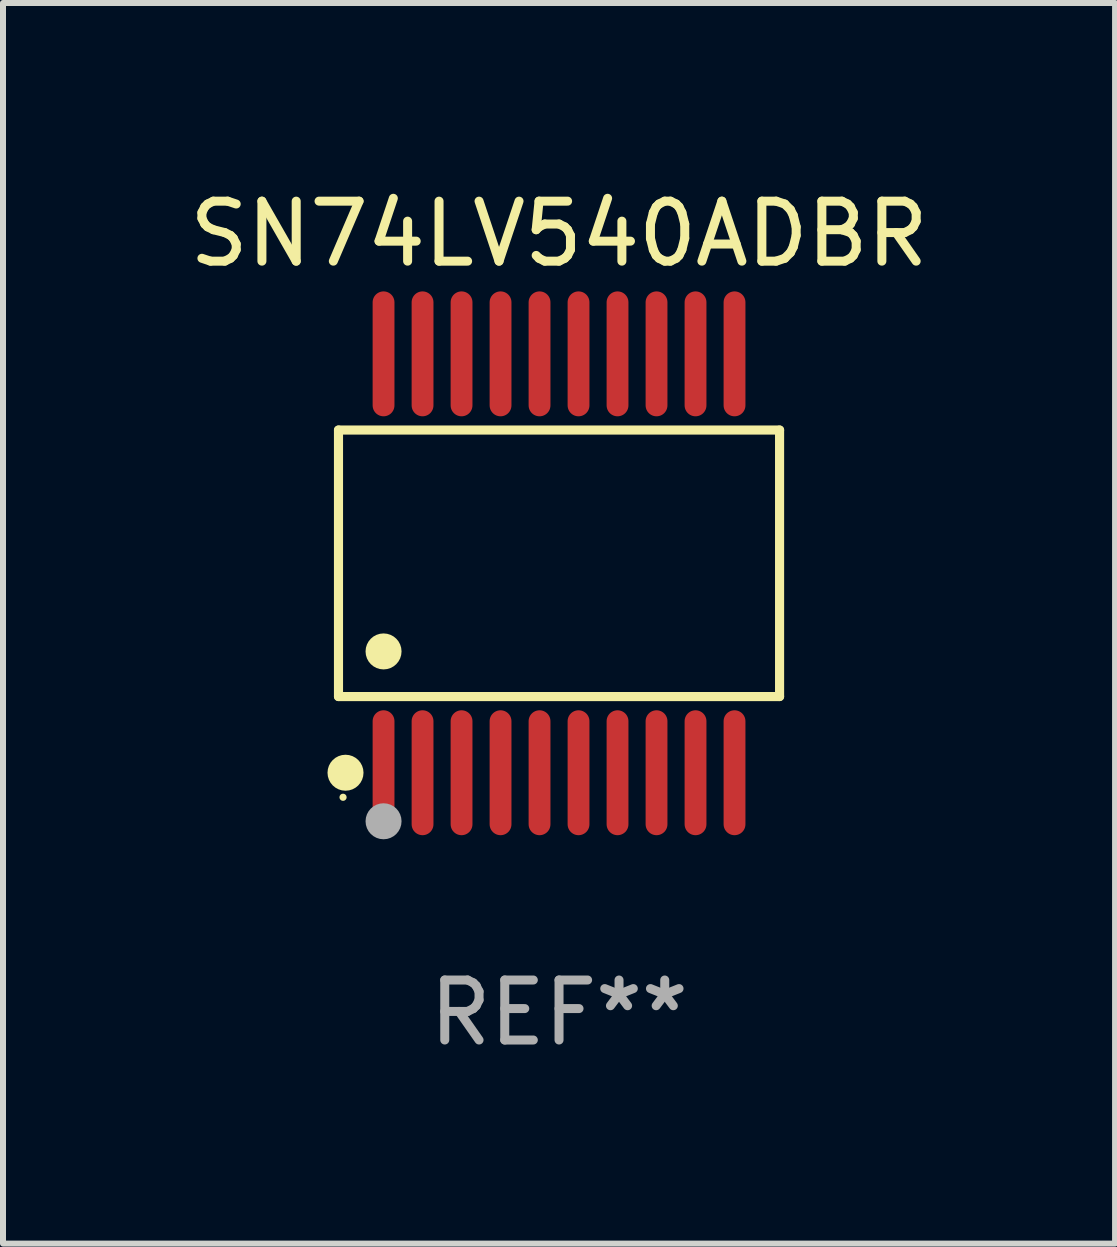
<source format=kicad_pcb>
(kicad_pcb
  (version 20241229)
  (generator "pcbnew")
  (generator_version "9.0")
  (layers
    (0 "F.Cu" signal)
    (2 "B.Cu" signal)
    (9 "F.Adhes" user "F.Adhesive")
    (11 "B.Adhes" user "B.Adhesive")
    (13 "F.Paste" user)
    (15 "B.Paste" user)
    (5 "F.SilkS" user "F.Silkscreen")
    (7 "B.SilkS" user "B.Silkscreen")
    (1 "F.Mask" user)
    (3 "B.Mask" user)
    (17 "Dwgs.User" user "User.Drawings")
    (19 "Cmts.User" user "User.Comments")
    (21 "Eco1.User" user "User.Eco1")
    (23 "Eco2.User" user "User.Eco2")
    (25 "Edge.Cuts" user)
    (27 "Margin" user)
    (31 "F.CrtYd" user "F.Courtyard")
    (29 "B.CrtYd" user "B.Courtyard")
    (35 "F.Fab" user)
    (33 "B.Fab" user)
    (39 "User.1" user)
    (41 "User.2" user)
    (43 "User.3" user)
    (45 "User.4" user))
  (footprint "SN74LV540ADBR"
    (layer "F.Cu")
    (at 6.268 6.339)
    (property "Reference" "SN74LV540ADBR" (at 0 -5.491 0) (layer "F.SilkS") (effects (font (size 1 1) (thickness 0.15))))
    (attr through_hole)
    (fp_line (start -3.676 -2.221) (end 3.676 -2.221) (stroke (width 0.152) (type solid)) (layer "F.SilkS"))
    (fp_line (start -3.676 2.221) (end -3.676 -2.221) (stroke (width 0.152) (type solid)) (layer "F.SilkS"))
    (fp_line (start 3.676 -2.221) (end 3.676 2.221) (stroke (width 0.152) (type solid)) (layer "F.SilkS"))
    (fp_line (start 3.676 2.221) (end -3.676 2.221) (stroke (width 0.152) (type solid)) (layer "F.SilkS"))
    (fp_circle (center -3.6 3.9) (end -3.57 3.9) (stroke (width 0.06) (type solid)) (fill no) (layer "F.SilkS"))
    (fp_circle (center -3.559 3.491) (end -3.409 3.491) (stroke (width 0.3) (type solid)) (fill no) (layer "F.SilkS"))
    (fp_circle (center -2.925 1.469) (end -2.775 1.469) (stroke (width 0.3) (type solid)) (fill no) (layer "F.SilkS"))
    (fp_circle (center -2.925 4.3) (end -2.775 4.3) (stroke (width 0.3) (type solid)) (fill no) (layer "F.Fab"))
    (fp_text user "REF**" (at 0 7.491 0) (layer "F.Fab") (effects (font (size 1 1) (thickness 0.15))))
    (pad "1" smd oval (at -2.925 3.491) (size 0.364 2.082) (layers "F.Cu" "F.Mask" "F.Paste"))
    (pad "2" smd oval (at -2.275 3.491) (size 0.364 2.082) (layers "F.Cu" "F.Mask" "F.Paste"))
    (pad "3" smd oval (at -1.625 3.491) (size 0.364 2.082) (layers "F.Cu" "F.Mask" "F.Paste"))
    (pad "4" smd oval (at -0.975 3.491) (size 0.364 2.082) (layers "F.Cu" "F.Mask" "F.Paste"))
    (pad "5" smd oval (at -0.325 3.491) (size 0.364 2.082) (layers "F.Cu" "F.Mask" "F.Paste"))
    (pad "6" smd oval (at 0.325 3.491) (size 0.364 2.082) (layers "F.Cu" "F.Mask" "F.Paste"))
    (pad "7" smd oval (at 0.975 3.491) (size 0.364 2.082) (layers "F.Cu" "F.Mask" "F.Paste"))
    (pad "8" smd oval (at 1.625 3.491) (size 0.364 2.082) (layers "F.Cu" "F.Mask" "F.Paste"))
    (pad "9" smd oval (at 2.275 3.491) (size 0.364 2.082) (layers "F.Cu" "F.Mask" "F.Paste"))
    (pad "10" smd oval (at 2.925 3.491) (size 0.364 2.082) (layers "F.Cu" "F.Mask" "F.Paste"))
    (pad "11" smd oval (at 2.925 -3.491) (size 0.364 2.082) (layers "F.Cu" "F.Mask" "F.Paste"))
    (pad "12" smd oval (at 2.275 -3.491) (size 0.364 2.082) (layers "F.Cu" "F.Mask" "F.Paste"))
    (pad "13" smd oval (at 1.625 -3.491) (size 0.364 2.082) (layers "F.Cu" "F.Mask" "F.Paste"))
    (pad "14" smd oval (at 0.975 -3.491) (size 0.364 2.082) (layers "F.Cu" "F.Mask" "F.Paste"))
    (pad "15" smd oval (at 0.325 -3.491) (size 0.364 2.082) (layers "F.Cu" "F.Mask" "F.Paste"))
    (pad "16" smd oval (at -0.325 -3.491) (size 0.364 2.082) (layers "F.Cu" "F.Mask" "F.Paste"))
    (pad "17" smd oval (at -0.975 -3.491) (size 0.364 2.082) (layers "F.Cu" "F.Mask" "F.Paste"))
    (pad "18" smd oval (at -1.625 -3.491) (size 0.364 2.082) (layers "F.Cu" "F.Mask" "F.Paste"))
    (pad "19" smd oval (at -2.275 -3.491) (size 0.364 2.082) (layers "F.Cu" "F.Mask" "F.Paste"))
    (pad "20" smd oval (at -2.925 -3.491) (size 0.364 2.082) (layers "F.Cu" "F.Mask" "F.Paste")))
  (gr_rect
    (start -3 -3)
    (end 15.536 17.678)
    (stroke (width 0.1) (type default))
    (fill no)
    (layer "Edge.Cuts")))
</source>
